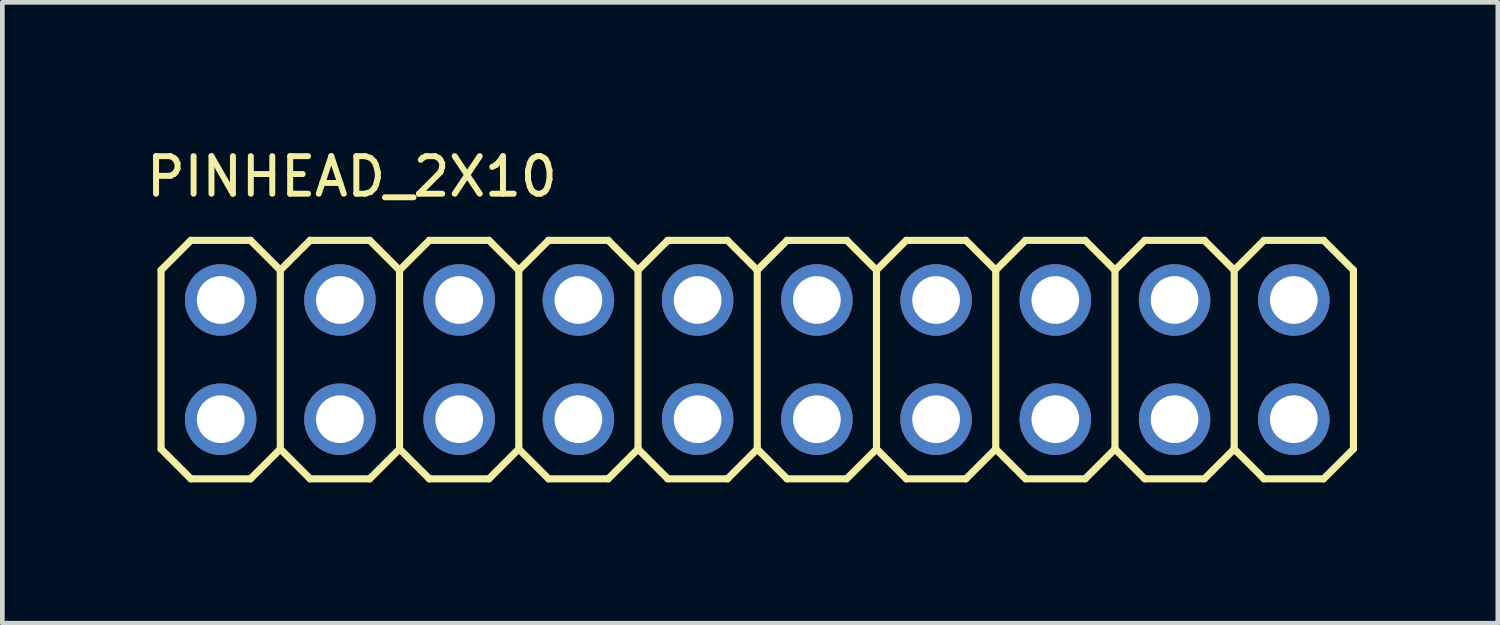
<source format=kicad_pcb>
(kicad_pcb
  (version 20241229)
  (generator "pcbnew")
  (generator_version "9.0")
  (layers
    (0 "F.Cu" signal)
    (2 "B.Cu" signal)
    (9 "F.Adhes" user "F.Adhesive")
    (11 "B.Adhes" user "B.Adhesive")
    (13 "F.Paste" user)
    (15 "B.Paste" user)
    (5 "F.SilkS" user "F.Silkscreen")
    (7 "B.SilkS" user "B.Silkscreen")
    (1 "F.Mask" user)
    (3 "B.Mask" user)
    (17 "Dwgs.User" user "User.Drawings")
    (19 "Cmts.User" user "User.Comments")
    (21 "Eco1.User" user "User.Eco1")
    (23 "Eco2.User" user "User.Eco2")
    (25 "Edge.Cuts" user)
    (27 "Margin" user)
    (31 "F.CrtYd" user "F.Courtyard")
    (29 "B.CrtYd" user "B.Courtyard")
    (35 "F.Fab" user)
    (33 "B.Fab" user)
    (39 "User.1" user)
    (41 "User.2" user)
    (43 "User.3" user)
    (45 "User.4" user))
  (footprint "PINHEAD_2X10"
    (layer "F.Cu")
    (at 13.081 4.61)
    (property "Reference" "PINHEAD_2X10" (at -13.081 -3.429 0) (layer "F.SilkS") (effects (font (size 0.8 0.8) (thickness 0.127)) (justify left bottom)))
    (attr through_hole)
    (fp_line (start -12.7 -1.905) (end -12.065 -2.54) (stroke (width 0.152) (type solid)) (layer "F.SilkS"))
    (fp_line (start -12.7 1.905) (end -12.7 -1.905) (stroke (width 0.152) (type solid)) (layer "F.SilkS"))
    (fp_line (start -12.7 1.905) (end -12.065 2.54) (stroke (width 0.152) (type solid)) (layer "F.SilkS"))
    (fp_line (start -12.065 -2.54) (end -10.795 -2.54) (stroke (width 0.152) (type solid)) (layer "F.SilkS"))
    (fp_line (start -12.065 2.54) (end -10.795 2.54) (stroke (width 0.152) (type solid)) (layer "F.SilkS"))
    (fp_line (start -10.795 -2.54) (end -10.16 -1.905) (stroke (width 0.152) (type solid)) (layer "F.SilkS"))
    (fp_line (start -10.795 2.54) (end -10.16 1.905) (stroke (width 0.152) (type solid)) (layer "F.SilkS"))
    (fp_line (start -10.16 -1.905) (end -10.16 1.905) (stroke (width 0.152) (type solid)) (layer "F.SilkS"))
    (fp_line (start -10.16 -1.905) (end -9.525 -2.54) (stroke (width 0.152) (type solid)) (layer "F.SilkS"))
    (fp_line (start -10.16 1.905) (end -9.525 2.54) (stroke (width 0.152) (type solid)) (layer "F.SilkS"))
    (fp_line (start -9.525 -2.54) (end -8.255 -2.54) (stroke (width 0.152) (type solid)) (layer "F.SilkS"))
    (fp_line (start -9.525 2.54) (end -8.255 2.54) (stroke (width 0.152) (type solid)) (layer "F.SilkS"))
    (fp_line (start -8.255 -2.54) (end -7.62 -1.905) (stroke (width 0.152) (type solid)) (layer "F.SilkS"))
    (fp_line (start -8.255 2.54) (end -7.62 1.905) (stroke (width 0.152) (type solid)) (layer "F.SilkS"))
    (fp_line (start -7.62 -1.905) (end -7.62 1.905) (stroke (width 0.152) (type solid)) (layer "F.SilkS"))
    (fp_line (start -7.62 -1.905) (end -6.985 -2.54) (stroke (width 0.152) (type solid)) (layer "F.SilkS"))
    (fp_line (start -7.62 1.905) (end -6.985 2.54) (stroke (width 0.152) (type solid)) (layer "F.SilkS"))
    (fp_line (start -6.985 -2.54) (end -5.715 -2.54) (stroke (width 0.152) (type solid)) (layer "F.SilkS"))
    (fp_line (start -6.985 2.54) (end -5.715 2.54) (stroke (width 0.152) (type solid)) (layer "F.SilkS"))
    (fp_line (start -5.715 -2.54) (end -5.08 -1.905) (stroke (width 0.152) (type solid)) (layer "F.SilkS"))
    (fp_line (start -5.715 2.54) (end -5.08 1.905) (stroke (width 0.152) (type solid)) (layer "F.SilkS"))
    (fp_line (start -5.08 -1.905) (end -5.08 1.905) (stroke (width 0.152) (type solid)) (layer "F.SilkS"))
    (fp_line (start -5.08 -1.905) (end -4.445 -2.54) (stroke (width 0.152) (type solid)) (layer "F.SilkS"))
    (fp_line (start -5.08 1.905) (end -4.445 2.54) (stroke (width 0.152) (type solid)) (layer "F.SilkS"))
    (fp_line (start -4.445 -2.54) (end -3.175 -2.54) (stroke (width 0.152) (type solid)) (layer "F.SilkS"))
    (fp_line (start -4.445 2.54) (end -3.175 2.54) (stroke (width 0.152) (type solid)) (layer "F.SilkS"))
    (fp_line (start -3.175 -2.54) (end -2.54 -1.905) (stroke (width 0.152) (type solid)) (layer "F.SilkS"))
    (fp_line (start -3.175 2.54) (end -2.54 1.905) (stroke (width 0.152) (type solid)) (layer "F.SilkS"))
    (fp_line (start -2.54 -1.905) (end -2.54 1.905) (stroke (width 0.152) (type solid)) (layer "F.SilkS"))
    (fp_line (start -2.54 -1.905) (end -1.905 -2.54) (stroke (width 0.152) (type solid)) (layer "F.SilkS"))
    (fp_line (start -2.54 1.905) (end -1.905 2.54) (stroke (width 0.152) (type solid)) (layer "F.SilkS"))
    (fp_line (start -1.905 -2.54) (end -0.635 -2.54) (stroke (width 0.152) (type solid)) (layer "F.SilkS"))
    (fp_line (start -1.905 2.54) (end -0.635 2.54) (stroke (width 0.152) (type solid)) (layer "F.SilkS"))
    (fp_line (start -0.635 -2.54) (end 0 -1.905) (stroke (width 0.152) (type solid)) (layer "F.SilkS"))
    (fp_line (start -0.635 2.54) (end 0 1.905) (stroke (width 0.152) (type solid)) (layer "F.SilkS"))
    (fp_line (start 0 -1.905) (end 0 1.905) (stroke (width 0.152) (type solid)) (layer "F.SilkS"))
    (fp_line (start 0 -1.905) (end 0.635 -2.54) (stroke (width 0.152) (type solid)) (layer "F.SilkS"))
    (fp_line (start 0 1.905) (end 0.635 2.54) (stroke (width 0.152) (type solid)) (layer "F.SilkS"))
    (fp_line (start 0.635 -2.54) (end 1.905 -2.54) (stroke (width 0.152) (type solid)) (layer "F.SilkS"))
    (fp_line (start 0.635 2.54) (end 1.905 2.54) (stroke (width 0.152) (type solid)) (layer "F.SilkS"))
    (fp_line (start 1.905 -2.54) (end 2.54 -1.905) (stroke (width 0.152) (type solid)) (layer "F.SilkS"))
    (fp_line (start 1.905 2.54) (end 2.54 1.905) (stroke (width 0.152) (type solid)) (layer "F.SilkS"))
    (fp_line (start 2.54 -1.905) (end 2.54 1.905) (stroke (width 0.152) (type solid)) (layer "F.SilkS"))
    (fp_line (start 2.54 -1.905) (end 3.175 -2.54) (stroke (width 0.152) (type solid)) (layer "F.SilkS"))
    (fp_line (start 2.54 1.905) (end 3.175 2.54) (stroke (width 0.152) (type solid)) (layer "F.SilkS"))
    (fp_line (start 3.175 -2.54) (end 4.445 -2.54) (stroke (width 0.152) (type solid)) (layer "F.SilkS"))
    (fp_line (start 3.175 2.54) (end 4.445 2.54) (stroke (width 0.152) (type solid)) (layer "F.SilkS"))
    (fp_line (start 4.445 -2.54) (end 5.08 -1.905) (stroke (width 0.152) (type solid)) (layer "F.SilkS"))
    (fp_line (start 5.08 -1.905) (end 5.08 1.905) (stroke (width 0.152) (type solid)) (layer "F.SilkS"))
    (fp_line (start 5.08 -1.905) (end 5.715 -2.54) (stroke (width 0.152) (type solid)) (layer "F.SilkS"))
    (fp_line (start 5.08 1.905) (end 4.445 2.54) (stroke (width 0.152) (type solid)) (layer "F.SilkS"))
    (fp_line (start 5.08 1.905) (end 5.715 2.54) (stroke (width 0.152) (type solid)) (layer "F.SilkS"))
    (fp_line (start 5.715 -2.54) (end 6.985 -2.54) (stroke (width 0.152) (type solid)) (layer "F.SilkS"))
    (fp_line (start 5.715 2.54) (end 6.985 2.54) (stroke (width 0.152) (type solid)) (layer "F.SilkS"))
    (fp_line (start 6.985 -2.54) (end 7.62 -1.905) (stroke (width 0.152) (type solid)) (layer "F.SilkS"))
    (fp_line (start 7.62 -1.905) (end 7.62 1.905) (stroke (width 0.152) (type solid)) (layer "F.SilkS"))
    (fp_line (start 7.62 -1.905) (end 8.255 -2.54) (stroke (width 0.152) (type solid)) (layer "F.SilkS"))
    (fp_line (start 7.62 1.905) (end 6.985 2.54) (stroke (width 0.152) (type solid)) (layer "F.SilkS"))
    (fp_line (start 7.62 1.905) (end 8.255 2.54) (stroke (width 0.152) (type solid)) (layer "F.SilkS"))
    (fp_line (start 8.255 -2.54) (end 9.525 -2.54) (stroke (width 0.152) (type solid)) (layer "F.SilkS"))
    (fp_line (start 8.255 2.54) (end 9.525 2.54) (stroke (width 0.152) (type solid)) (layer "F.SilkS"))
    (fp_line (start 9.525 -2.54) (end 10.16 -1.905) (stroke (width 0.152) (type solid)) (layer "F.SilkS"))
    (fp_line (start 10.16 -1.905) (end 10.16 1.905) (stroke (width 0.152) (type solid)) (layer "F.SilkS"))
    (fp_line (start 10.16 -1.905) (end 10.795 -2.54) (stroke (width 0.152) (type solid)) (layer "F.SilkS"))
    (fp_line (start 10.16 1.905) (end 9.525 2.54) (stroke (width 0.152) (type solid)) (layer "F.SilkS"))
    (fp_line (start 10.16 1.905) (end 10.795 2.54) (stroke (width 0.152) (type solid)) (layer "F.SilkS"))
    (fp_line (start 10.795 -2.54) (end 12.065 -2.54) (stroke (width 0.152) (type solid)) (layer "F.SilkS"))
    (fp_line (start 10.795 2.54) (end 12.065 2.54) (stroke (width 0.152) (type solid)) (layer "F.SilkS"))
    (fp_line (start 12.065 -2.54) (end 12.7 -1.905) (stroke (width 0.152) (type solid)) (layer "F.SilkS"))
    (fp_line (start 12.7 -1.905) (end 12.7 1.905) (stroke (width 0.152) (type solid)) (layer "F.SilkS"))
    (fp_line (start 12.7 1.905) (end 12.065 2.54) (stroke (width 0.152) (type solid)) (layer "F.SilkS"))
    (fp_poly (pts (xy -11.684 -1.016) (xy -11.176 -1.016) (xy -11.176 -1.524) (xy -11.684 -1.524)) (stroke (width 0.1) (type solid)) (fill no) (layer "Dwgs.User"))
    (fp_poly (pts (xy -11.684 1.524) (xy -11.176 1.524) (xy -11.176 1.016) (xy -11.684 1.016)) (stroke (width 0.1) (type solid)) (fill no) (layer "Dwgs.User"))
    (fp_poly (pts (xy -9.144 -1.016) (xy -8.636 -1.016) (xy -8.636 -1.524) (xy -9.144 -1.524)) (stroke (width 0.1) (type solid)) (fill no) (layer "Dwgs.User"))
    (fp_poly (pts (xy -9.144 1.524) (xy -8.636 1.524) (xy -8.636 1.016) (xy -9.144 1.016)) (stroke (width 0.1) (type solid)) (fill no) (layer "Dwgs.User"))
    (fp_poly (pts (xy -6.604 -1.016) (xy -6.096 -1.016) (xy -6.096 -1.524) (xy -6.604 -1.524)) (stroke (width 0.1) (type solid)) (fill no) (layer "Dwgs.User"))
    (fp_poly (pts (xy -6.604 1.524) (xy -6.096 1.524) (xy -6.096 1.016) (xy -6.604 1.016)) (stroke (width 0.1) (type solid)) (fill no) (layer "Dwgs.User"))
    (fp_poly (pts (xy -4.064 -1.016) (xy -3.556 -1.016) (xy -3.556 -1.524) (xy -4.064 -1.524)) (stroke (width 0.1) (type solid)) (fill no) (layer "Dwgs.User"))
    (fp_poly (pts (xy -4.064 1.524) (xy -3.556 1.524) (xy -3.556 1.016) (xy -4.064 1.016)) (stroke (width 0.1) (type solid)) (fill no) (layer "Dwgs.User"))
    (fp_poly (pts (xy -1.524 -1.016) (xy -1.016 -1.016) (xy -1.016 -1.524) (xy -1.524 -1.524)) (stroke (width 0.1) (type solid)) (fill no) (layer "Dwgs.User"))
    (fp_poly (pts (xy -1.524 1.524) (xy -1.016 1.524) (xy -1.016 1.016) (xy -1.524 1.016)) (stroke (width 0.1) (type solid)) (fill no) (layer "Dwgs.User"))
    (fp_poly (pts (xy 1.016 -1.016) (xy 1.524 -1.016) (xy 1.524 -1.524) (xy 1.016 -1.524)) (stroke (width 0.1) (type solid)) (fill no) (layer "Dwgs.User"))
    (fp_poly (pts (xy 1.016 1.524) (xy 1.524 1.524) (xy 1.524 1.016) (xy 1.016 1.016)) (stroke (width 0.1) (type solid)) (fill no) (layer "Dwgs.User"))
    (fp_poly (pts (xy 3.556 -1.016) (xy 4.064 -1.016) (xy 4.064 -1.524) (xy 3.556 -1.524)) (stroke (width 0.1) (type solid)) (fill no) (layer "Dwgs.User"))
    (fp_poly (pts (xy 3.556 1.524) (xy 4.064 1.524) (xy 4.064 1.016) (xy 3.556 1.016)) (stroke (width 0.1) (type solid)) (fill no) (layer "Dwgs.User"))
    (fp_poly (pts (xy 6.096 -1.016) (xy 6.604 -1.016) (xy 6.604 -1.524) (xy 6.096 -1.524)) (stroke (width 0.1) (type solid)) (fill no) (layer "Dwgs.User"))
    (fp_poly (pts (xy 6.096 1.524) (xy 6.604 1.524) (xy 6.604 1.016) (xy 6.096 1.016)) (stroke (width 0.1) (type solid)) (fill no) (layer "Dwgs.User"))
    (fp_poly (pts (xy 8.636 -1.016) (xy 9.144 -1.016) (xy 9.144 -1.524) (xy 8.636 -1.524)) (stroke (width 0.1) (type solid)) (fill no) (layer "Dwgs.User"))
    (fp_poly (pts (xy 8.636 1.524) (xy 9.144 1.524) (xy 9.144 1.016) (xy 8.636 1.016)) (stroke (width 0.1) (type solid)) (fill no) (layer "Dwgs.User"))
    (fp_poly (pts (xy 11.176 -1.016) (xy 11.684 -1.016) (xy 11.684 -1.524) (xy 11.176 -1.524)) (stroke (width 0.1) (type solid)) (fill no) (layer "Dwgs.User"))
    (fp_poly (pts (xy 11.176 1.524) (xy 11.684 1.524) (xy 11.684 1.016) (xy 11.176 1.016)) (stroke (width 0.1) (type solid)) (fill no) (layer "Dwgs.User"))
    (pad "1" thru_hole circle (at -11.43 1.27) (size 1.524 1.524) (drill 1.016) (layers "*.Cu" "*.Mask"))
    (pad "2" thru_hole circle (at -11.43 -1.27) (size 1.524 1.524) (drill 1.016) (layers "*.Cu" "*.Mask"))
    (pad "3" thru_hole circle (at -8.89 1.27) (size 1.524 1.524) (drill 1.016) (layers "*.Cu" "*.Mask"))
    (pad "4" thru_hole circle (at -8.89 -1.27) (size 1.524 1.524) (drill 1.016) (layers "*.Cu" "*.Mask"))
    (pad "5" thru_hole circle (at -6.35 1.27) (size 1.524 1.524) (drill 1.016) (layers "*.Cu" "*.Mask"))
    (pad "6" thru_hole circle (at -6.35 -1.27) (size 1.524 1.524) (drill 1.016) (layers "*.Cu" "*.Mask"))
    (pad "7" thru_hole circle (at -3.81 1.27) (size 1.524 1.524) (drill 1.016) (layers "*.Cu" "*.Mask"))
    (pad "8" thru_hole circle (at -3.81 -1.27) (size 1.524 1.524) (drill 1.016) (layers "*.Cu" "*.Mask"))
    (pad "9" thru_hole circle (at -1.27 1.27) (size 1.524 1.524) (drill 1.016) (layers "*.Cu" "*.Mask"))
    (pad "10" thru_hole circle (at -1.27 -1.27) (size 1.524 1.524) (drill 1.016) (layers "*.Cu" "*.Mask"))
    (pad "11" thru_hole circle (at 1.27 1.27) (size 1.524 1.524) (drill 1.016) (layers "*.Cu" "*.Mask"))
    (pad "12" thru_hole circle (at 1.27 -1.27) (size 1.524 1.524) (drill 1.016) (layers "*.Cu" "*.Mask"))
    (pad "13" thru_hole circle (at 3.81 1.27) (size 1.524 1.524) (drill 1.016) (layers "*.Cu" "*.Mask"))
    (pad "14" thru_hole circle (at 3.81 -1.27) (size 1.524 1.524) (drill 1.016) (layers "*.Cu" "*.Mask"))
    (pad "15" thru_hole circle (at 6.35 1.27) (size 1.524 1.524) (drill 1.016) (layers "*.Cu" "*.Mask"))
    (pad "16" thru_hole circle (at 6.35 -1.27) (size 1.524 1.524) (drill 1.016) (layers "*.Cu" "*.Mask"))
    (pad "17" thru_hole circle (at 8.89 1.27) (size 1.524 1.524) (drill 1.016) (layers "*.Cu" "*.Mask"))
    (pad "18" thru_hole circle (at 8.89 -1.27) (size 1.524 1.524) (drill 1.016) (layers "*.Cu" "*.Mask"))
    (pad "19" thru_hole circle (at 11.43 1.27) (size 1.524 1.524) (drill 1.016) (layers "*.Cu" "*.Mask"))
    (pad "20" thru_hole circle (at 11.43 -1.27) (size 1.524 1.524) (drill 1.016) (layers "*.Cu" "*.Mask")))
  (gr_rect
    (start -3 -3)
    (end 28.857 10.226)
    (stroke (width 0.1) (type default))
    (fill no)
    (layer "Edge.Cuts")))
</source>
